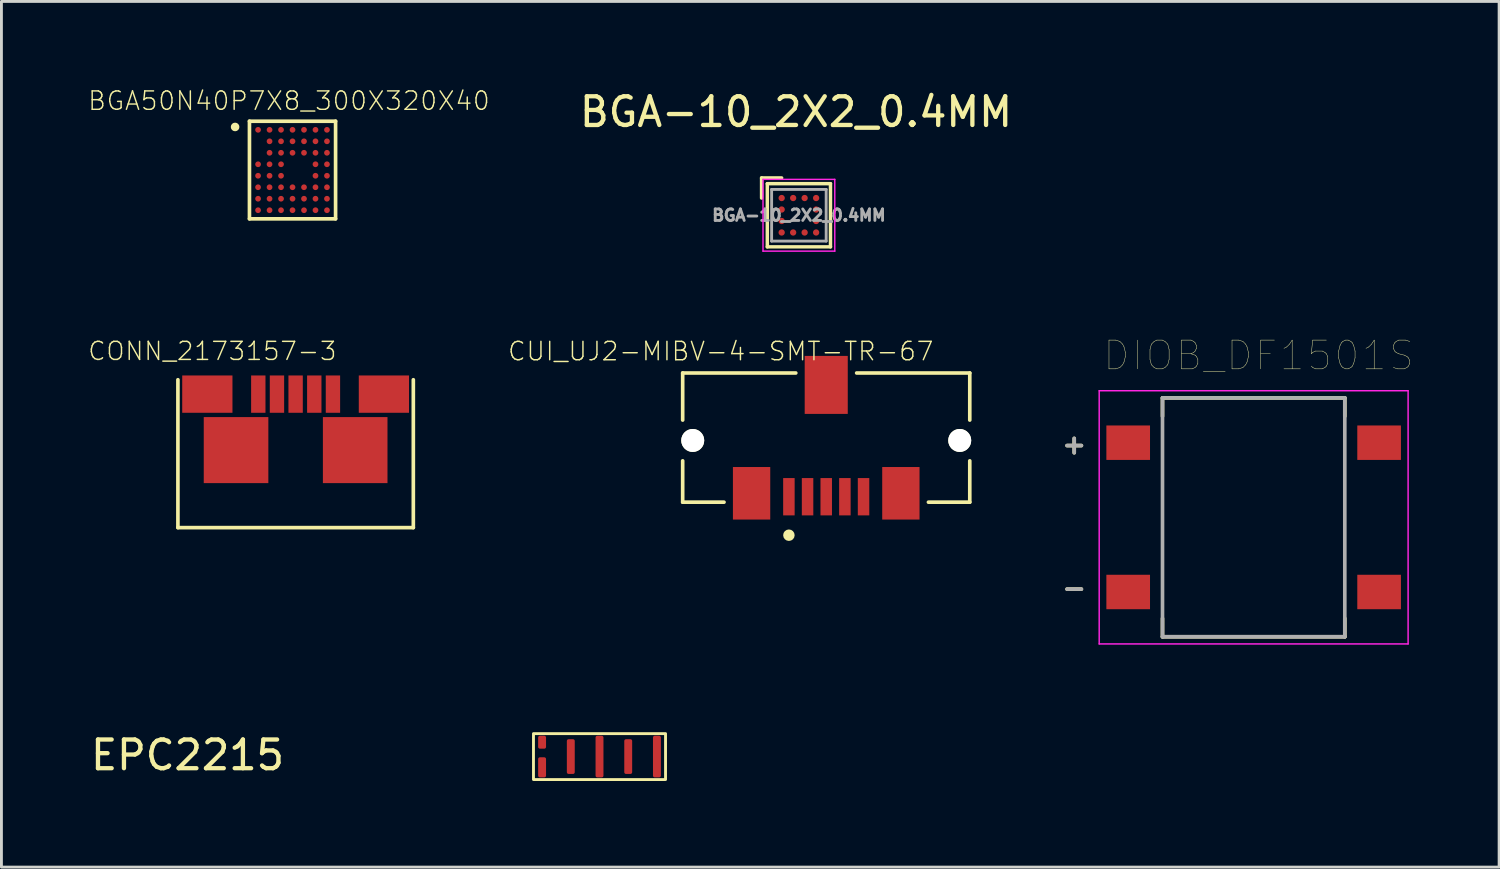
<source format=kicad_pcb>
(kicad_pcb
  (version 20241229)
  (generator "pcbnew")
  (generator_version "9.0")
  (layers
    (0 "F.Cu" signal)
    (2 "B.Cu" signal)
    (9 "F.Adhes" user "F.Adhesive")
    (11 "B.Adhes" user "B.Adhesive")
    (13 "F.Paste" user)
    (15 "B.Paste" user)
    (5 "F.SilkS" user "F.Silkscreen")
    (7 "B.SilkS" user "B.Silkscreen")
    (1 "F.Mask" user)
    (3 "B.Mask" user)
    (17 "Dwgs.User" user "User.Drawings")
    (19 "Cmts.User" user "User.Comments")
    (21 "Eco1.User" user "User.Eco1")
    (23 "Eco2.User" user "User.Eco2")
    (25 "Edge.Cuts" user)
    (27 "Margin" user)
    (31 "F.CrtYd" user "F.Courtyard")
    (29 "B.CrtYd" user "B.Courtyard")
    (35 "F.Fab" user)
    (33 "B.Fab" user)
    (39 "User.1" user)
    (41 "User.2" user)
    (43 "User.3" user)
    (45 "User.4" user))
  (footprint "BGA50N40P7X8_300X320X40"
    (layer "F.Cu")
    (at 7.139 2.872)
    (property "Reference" "BGA50N40P7X8_300X320X40" (at -0.125 -2.409 0) (layer "F.SilkS") (effects (font (size 0.641 0.641) (thickness 0.05))))
    (attr smd)
    (fp_line (start -1.5 -1.7) (end 1.5 -1.7) (stroke (width 0.127) (type solid)) (layer "F.SilkS"))
    (fp_line (start -1.5 1.7) (end -1.5 -1.7) (stroke (width 0.127) (type solid)) (layer "F.SilkS"))
    (fp_line (start 1.5 -1.7) (end 1.5 1.7) (stroke (width 0.127) (type solid)) (layer "F.SilkS"))
    (fp_line (start 1.5 1.7) (end -1.5 1.7) (stroke (width 0.127) (type solid)) (layer "F.SilkS"))
    (fp_circle (center -2 -1.5) (end -1.925 -1.5) (stroke (width 0.15) (type solid)) (fill no) (layer "F.SilkS"))
    (fp_line (start -1.75 -2) (end 1.75 -2) (stroke (width 0.05) (type solid)) (layer "Eco1.User"))
    (fp_line (start -1.75 2) (end -1.75 -2) (stroke (width 0.05) (type solid)) (layer "Eco1.User"))
    (fp_line (start 1.75 -2) (end 1.75 2) (stroke (width 0.05) (type solid)) (layer "Eco1.User"))
    (fp_line (start 1.75 2) (end -1.75 2) (stroke (width 0.05) (type solid)) (layer "Eco1.User"))
    (pad "A1" smd circle (at -1.2 -1.4) (size 0.2 0.2) (layers "F.Cu" "F.Mask" "F.Paste"))
    (pad "A2" smd circle (at -0.8 -1.4) (size 0.2 0.2) (layers "F.Cu" "F.Mask" "F.Paste"))
    (pad "A3" smd circle (at -0.4 -1.4) (size 0.2 0.2) (layers "F.Cu" "F.Mask" "F.Paste"))
    (pad "A4" smd circle (at 0 -1.4) (size 0.2 0.2) (layers "F.Cu" "F.Mask" "F.Paste"))
    (pad "A5" smd circle (at 0.4 -1.4) (size 0.2 0.2) (layers "F.Cu" "F.Mask" "F.Paste"))
    (pad "A6" smd circle (at 0.8 -1.4) (size 0.2 0.2) (layers "F.Cu" "F.Mask" "F.Paste"))
    (pad "A7" smd circle (at 1.2 -1.4) (size 0.2 0.2) (layers "F.Cu" "F.Mask" "F.Paste"))
    (pad "B2" smd circle (at -0.8 -1) (size 0.2 0.2) (layers "F.Cu" "F.Mask" "F.Paste"))
    (pad "B3" smd circle (at -0.4 -1) (size 0.2 0.2) (layers "F.Cu" "F.Mask" "F.Paste"))
    (pad "B4" smd circle (at 0 -1) (size 0.2 0.2) (layers "F.Cu" "F.Mask" "F.Paste"))
    (pad "B5" smd circle (at 0.4 -1) (size 0.2 0.2) (layers "F.Cu" "F.Mask" "F.Paste"))
    (pad "B6" smd circle (at 0.8 -1) (size 0.2 0.2) (layers "F.Cu" "F.Mask" "F.Paste"))
    (pad "B7" smd circle (at 1.2 -1) (size 0.2 0.2) (layers "F.Cu" "F.Mask" "F.Paste"))
    (pad "C2" smd circle (at -0.8 -0.6) (size 0.2 0.2) (layers "F.Cu" "F.Mask" "F.Paste"))
    (pad "C3" smd circle (at -0.4 -0.6) (size 0.2 0.2) (layers "F.Cu" "F.Mask" "F.Paste"))
    (pad "C4" smd circle (at 0 -0.6) (size 0.2 0.2) (layers "F.Cu" "F.Mask" "F.Paste"))
    (pad "C5" smd circle (at 0.4 -0.6) (size 0.2 0.2) (layers "F.Cu" "F.Mask" "F.Paste"))
    (pad "C6" smd circle (at 0.8 -0.6) (size 0.2 0.2) (layers "F.Cu" "F.Mask" "F.Paste"))
    (pad "C7" smd circle (at 1.2 -0.6) (size 0.2 0.2) (layers "F.Cu" "F.Mask" "F.Paste"))
    (pad "D1" smd circle (at -1.2 -0.2) (size 0.2 0.2) (layers "F.Cu" "F.Mask" "F.Paste"))
    (pad "D2" smd circle (at -0.8 -0.2) (size 0.2 0.2) (layers "F.Cu" "F.Mask" "F.Paste"))
    (pad "D3" smd circle (at -0.4 -0.2) (size 0.2 0.2) (layers "F.Cu" "F.Mask" "F.Paste"))
    (pad "D6" smd circle (at 0.8 -0.2) (size 0.2 0.2) (layers "F.Cu" "F.Mask" "F.Paste"))
    (pad "D7" smd circle (at 1.2 -0.2) (size 0.2 0.2) (layers "F.Cu" "F.Mask" "F.Paste"))
    (pad "E1" smd circle (at -1.2 0.2) (size 0.2 0.2) (layers "F.Cu" "F.Mask" "F.Paste"))
    (pad "E2" smd circle (at -0.8 0.2) (size 0.2 0.2) (layers "F.Cu" "F.Mask" "F.Paste"))
    (pad "E3" smd circle (at -0.4 0.2) (size 0.2 0.2) (layers "F.Cu" "F.Mask" "F.Paste"))
    (pad "E6" smd circle (at 0.8 0.2) (size 0.2 0.2) (layers "F.Cu" "F.Mask" "F.Paste"))
    (pad "E7" smd circle (at 1.2 0.2) (size 0.2 0.2) (layers "F.Cu" "F.Mask" "F.Paste"))
    (pad "F1" smd circle (at -1.2 0.6) (size 0.2 0.2) (layers "F.Cu" "F.Mask" "F.Paste"))
    (pad "F2" smd circle (at -0.8 0.6) (size 0.2 0.2) (layers "F.Cu" "F.Mask" "F.Paste"))
    (pad "F3" smd circle (at -0.4 0.6) (size 0.2 0.2) (layers "F.Cu" "F.Mask" "F.Paste"))
    (pad "F4" smd circle (at 0 0.6) (size 0.2 0.2) (layers "F.Cu" "F.Mask" "F.Paste"))
    (pad "F5" smd circle (at 0.4 0.6) (size 0.2 0.2) (layers "F.Cu" "F.Mask" "F.Paste"))
    (pad "F6" smd circle (at 0.8 0.6) (size 0.2 0.2) (layers "F.Cu" "F.Mask" "F.Paste"))
    (pad "F7" smd circle (at 1.2 0.6) (size 0.2 0.2) (layers "F.Cu" "F.Mask" "F.Paste"))
    (pad "G1" smd circle (at -1.2 1) (size 0.2 0.2) (layers "F.Cu" "F.Mask" "F.Paste"))
    (pad "G2" smd circle (at -0.8 1) (size 0.2 0.2) (layers "F.Cu" "F.Mask" "F.Paste"))
    (pad "G3" smd circle (at -0.4 1) (size 0.2 0.2) (layers "F.Cu" "F.Mask" "F.Paste"))
    (pad "G4" smd circle (at 0 1) (size 0.2 0.2) (layers "F.Cu" "F.Mask" "F.Paste"))
    (pad "G5" smd circle (at 0.4 1) (size 0.2 0.2) (layers "F.Cu" "F.Mask" "F.Paste"))
    (pad "G6" smd circle (at 0.8 1) (size 0.2 0.2) (layers "F.Cu" "F.Mask" "F.Paste"))
    (pad "G7" smd circle (at 1.2 1) (size 0.2 0.2) (layers "F.Cu" "F.Mask" "F.Paste"))
    (pad "H1" smd circle (at -1.2 1.4) (size 0.2 0.2) (layers "F.Cu" "F.Mask" "F.Paste"))
    (pad "H2" smd circle (at -0.8 1.4) (size 0.2 0.2) (layers "F.Cu" "F.Mask" "F.Paste"))
    (pad "H3" smd circle (at -0.4 1.4) (size 0.2 0.2) (layers "F.Cu" "F.Mask" "F.Paste"))
    (pad "H4" smd circle (at 0 1.4) (size 0.2 0.2) (layers "F.Cu" "F.Mask" "F.Paste"))
    (pad "H5" smd circle (at 0.4 1.4) (size 0.2 0.2) (layers "F.Cu" "F.Mask" "F.Paste"))
    (pad "H6" smd circle (at 0.8 1.4) (size 0.2 0.2) (layers "F.Cu" "F.Mask" "F.Paste"))
    (pad "H7" smd circle (at 1.2 1.4) (size 0.2 0.2) (layers "F.Cu" "F.Mask" "F.Paste")))
  (footprint "EPC2215"
    (layer "F.Cu")
    (at 15.532 23.303)
    (property "Reference" "EPC2215" (at -12.05 -0.05 0) (unlocked yes) (layer "F.SilkS") (effects (font (size 1 1) (thickness 0.15))))
    (attr smd)
    (fp_rect (start 0 0.8) (end 4.6 -0.8) (stroke (width 0.1) (type solid)) (fill no) (layer "F.SilkS"))
    (pad "1" smd roundrect (at 0.3 -0.5) (size 0.275 0.45) (layers "F.Cu" "F.Mask" "F.Paste") (roundrect_rratio 0.218))
    (pad "2" smd roundrect (at 0.3 0.375) (size 0.275 0.7) (layers "F.Cu" "F.Mask" "F.Paste") (roundrect_rratio 0.218))
    (pad "3" smd roundrect (at 1.3 0) (size 0.275 1.21) (layers "F.Cu" "F.Mask" "F.Paste") (roundrect_rratio 0.218))
    (pad "4" smd roundrect (at 2.3 0) (size 0.275 1.45) (layers "F.Cu" "F.Mask" "F.Paste") (roundrect_rratio 0.218))
    (pad "5" smd roundrect (at 3.3 0) (size 0.275 1.21) (layers "F.Cu" "F.Mask" "F.Paste") (roundrect_rratio 0.218))
    (pad "6" smd roundrect (at 4.3 0) (size 0.275 1.45) (layers "F.Cu" "F.Mask" "F.Paste") (roundrect_rratio 0.218)))
  (footprint "BGA-10_2X2_0.4MM"
    (layer "F.Cu")
    (at 24.777 4.448)
    (property "Reference" "BGA-10_2X2_0.4MM" (at -0.1 -3.6 0) (layer "F.SilkS") (effects (font (size 1 1) (thickness 0.15))))
    (attr smd)
    (fp_line (start -1.3 -1.3) (end -1.3 -0.6) (stroke (width 0.12) (type solid)) (layer "F.SilkS"))
    (fp_line (start -1.1 -1.1) (end 1.1 -1.1) (stroke (width 0.12) (type solid)) (layer "F.SilkS"))
    (fp_line (start -1.1 1.1) (end -1.1 -1.1) (stroke (width 0.12) (type solid)) (layer "F.SilkS"))
    (fp_line (start -0.6 -1.3) (end -1.3 -1.3) (stroke (width 0.12) (type solid)) (layer "F.SilkS"))
    (fp_line (start 1.1 -1.1) (end 1.1 1.1) (stroke (width 0.12) (type solid)) (layer "F.SilkS"))
    (fp_line (start 1.1 1.1) (end -1.1 1.1) (stroke (width 0.12) (type solid)) (layer "F.SilkS"))
    (fp_line (start -1.25 -1.25) (end -1.25 1.25) (stroke (width 0.05) (type solid)) (layer "F.CrtYd"))
    (fp_line (start -1.25 -1.25) (end 1.25 -1.25) (stroke (width 0.05) (type solid)) (layer "F.CrtYd"))
    (fp_line (start 1.25 1.25) (end -1.25 1.25) (stroke (width 0.05) (type solid)) (layer "F.CrtYd"))
    (fp_line (start 1.25 1.25) (end 1.25 -1.25) (stroke (width 0.05) (type solid)) (layer "F.CrtYd"))
    (fp_line (start -0.95 -0.9) (end 0.95 -0.9) (stroke (width 0.1) (type solid)) (layer "F.Fab"))
    (fp_line (start -0.95 0.9) (end -0.95 -0.9) (stroke (width 0.1) (type solid)) (layer "F.Fab"))
    (fp_line (start 0.95 -0.9) (end 0.95 0.9) (stroke (width 0.1) (type solid)) (layer "F.Fab"))
    (fp_line (start 0.95 0.9) (end -0.95 0.9) (stroke (width 0.1) (type solid)) (layer "F.Fab"))
    (fp_text user "${REFERENCE}" (at 0 0 0) (layer "F.Fab") (effects (font (size 0.4 0.4) (thickness 0.1))))
    (pad "A1" smd circle (at -0.6 -0.6) (size 0.22 0.22) (layers "F.Cu" "F.Mask" "F.Paste"))
    (pad "A2" smd circle (at -0.2 -0.6) (size 0.22 0.22) (layers "F.Cu" "F.Mask" "F.Paste"))
    (pad "A3" smd circle (at 0.2 -0.6) (size 0.22 0.22) (layers "F.Cu" "F.Mask" "F.Paste"))
    (pad "A4" smd circle (at 0.6 -0.6) (size 0.22 0.22) (layers "F.Cu" "F.Mask" "F.Paste"))
    (pad "B1" smd circle (at -0.6 -0.2) (size 0.22 0.22) (layers "F.Cu" "F.Mask" "F.Paste"))
    (pad "B4" smd circle (at 0.6 -0.2) (size 0.22 0.22) (layers "F.Cu" "F.Mask" "F.Paste"))
    (pad "C1" smd circle (at -0.6 0.2) (size 0.22 0.22) (layers "F.Cu" "F.Mask" "F.Paste"))
    (pad "C4" smd circle (at 0.6 0.2) (size 0.22 0.22) (layers "F.Cu" "F.Mask" "F.Paste"))
    (pad "D1" smd circle (at -0.6 0.6) (size 0.22 0.22) (layers "F.Cu" "F.Mask" "F.Paste"))
    (pad "D2" smd circle (at -0.2 0.6) (size 0.22 0.22) (layers "F.Cu" "F.Mask" "F.Paste"))
    (pad "D3" smd circle (at 0.2 0.6) (size 0.22 0.22) (layers "F.Cu" "F.Mask" "F.Paste"))
    (pad "D4" smd circle (at 0.6 0.6) (size 0.22 0.22) (layers "F.Cu" "F.Mask" "F.Paste")))
  (footprint "CUI_UJ2-MIBV-4-SMT-TR-67"
    (layer "F.Cu")
    (at 25.729 12.292)
    (property "Reference" "CUI_UJ2-MIBV-4-SMT-TR-67" (at -3.674 -3.106 0) (layer "F.SilkS") (effects (font (size 0.64 0.64) (thickness 0.05))))
    (attr smd)
    (fp_line (start -5 -2.35) (end -5 -0.71) (stroke (width 0.127) (type solid)) (layer "F.SilkS"))
    (fp_line (start -5 0.71) (end -5 2.15) (stroke (width 0.127) (type solid)) (layer "F.SilkS"))
    (fp_line (start -5 2.15) (end -3.56 2.15) (stroke (width 0.127) (type solid)) (layer "F.SilkS"))
    (fp_line (start -1.06 -2.35) (end -5 -2.35) (stroke (width 0.127) (type solid)) (layer "F.SilkS"))
    (fp_line (start 1.06 -2.35) (end 5 -2.35) (stroke (width 0.127) (type solid)) (layer "F.SilkS"))
    (fp_line (start 5 -2.35) (end 5 -0.71) (stroke (width 0.127) (type solid)) (layer "F.SilkS"))
    (fp_line (start 5 0.71) (end 5 2.15) (stroke (width 0.127) (type solid)) (layer "F.SilkS"))
    (fp_line (start 5 2.15) (end 3.56 2.15) (stroke (width 0.127) (type solid)) (layer "F.SilkS"))
    (fp_circle (center -1.3 3.3) (end -1.2 3.3) (stroke (width 0.2) (type solid)) (fill no) (layer "F.SilkS"))
    (fp_line (start -5.3 -2.6) (end -1 -2.6) (stroke (width 0.05) (type solid)) (layer "Eco1.User"))
    (fp_line (start -5.3 3) (end -5.3 -2.6) (stroke (width 0.05) (type solid)) (layer "Eco1.User"))
    (fp_line (start -1 -3.2) (end 1 -3.2) (stroke (width 0.05) (type solid)) (layer "Eco1.User"))
    (fp_line (start -1 -2.6) (end -1 -3.2) (stroke (width 0.05) (type solid)) (layer "Eco1.User"))
    (fp_line (start 1 -3.2) (end 1 -2.6) (stroke (width 0.05) (type solid)) (layer "Eco1.User"))
    (fp_line (start 1 -2.6) (end 5.3 -2.6) (stroke (width 0.05) (type solid)) (layer "Eco1.User"))
    (fp_line (start 5.3 -2.6) (end 5.3 3) (stroke (width 0.05) (type solid)) (layer "Eco1.User"))
    (fp_line (start 5.3 3) (end -5.3 3) (stroke (width 0.05) (type solid)) (layer "Eco1.User"))
    (fp_line (start -5 -2.35) (end 5 -2.35) (stroke (width 0.127) (type solid)) (layer "Eco2.User"))
    (fp_line (start -5 2.15) (end -5 -2.35) (stroke (width 0.127) (type solid)) (layer "Eco2.User"))
    (fp_line (start 5 -2.35) (end 5 2.15) (stroke (width 0.127) (type solid)) (layer "Eco2.User"))
    (fp_line (start 5 2.15) (end -5 2.15) (stroke (width 0.127) (type solid)) (layer "Eco2.User"))
    (fp_circle (center -1.3 3.3) (end -1.2 3.3) (stroke (width 0.2) (type solid)) (fill no) (layer "Eco2.User"))
    (pad "" np_thru_hole circle (at -4.65 0) (size 0.8 0.8) (drill 0.8) (layers "*.Cu" "*.Mask" "F.SilkS"))
    (pad "" np_thru_hole circle (at 4.65 0) (size 0.8 0.8) (drill 0.8) (layers "*.Cu" "*.Mask" "F.SilkS"))
    (pad "1" smd rect (at -1.3 1.96 90) (size 1.3 0.4) (layers "F.Cu" "F.Mask" "F.Paste"))
    (pad "2" smd rect (at -0.65 1.96 90) (size 1.3 0.4) (layers "F.Cu" "F.Mask" "F.Paste"))
    (pad "3" smd rect (at 0 1.96 90) (size 1.3 0.4) (layers "F.Cu" "F.Mask" "F.Paste"))
    (pad "4" smd rect (at 0.65 1.96 90) (size 1.3 0.4) (layers "F.Cu" "F.Mask" "F.Paste"))
    (pad "5" smd rect (at 1.3 1.96 90) (size 1.3 0.4) (layers "F.Cu" "F.Mask" "F.Paste"))
    (pad "S1" smd rect (at -2.6 1.84 90) (size 1.83 1.3) (layers "F.Cu" "F.Mask" "F.Paste"))
    (pad "S2" smd rect (at 0 -1.935 90) (size 2.02 1.5) (layers "F.Cu" "F.Mask" "F.Paste"))
    (pad "S3" smd rect (at 2.6 1.84 90) (size 1.83 1.3) (layers "F.Cu" "F.Mask" "F.Paste")))
  (footprint "DIOB_DF1501S"
    (layer "F.Cu")
    (at 40.617 14.97)
    (property "Reference" "DIOB_DF1501S" (at 0.175 -5.635 0) (layer "F.SilkS") (effects (font (size 1 1) (thickness 0.015))))
    (attr through_hole)
    (fp_line (start -6.5 -2.5) (end -6 -2.5) (stroke (width 0.127) (type solid)) (layer "F.SilkS"))
    (fp_line (start -6.5 2.5) (end -6 2.5) (stroke (width 0.127) (type solid)) (layer "F.SilkS"))
    (fp_line (start -6.25 -2.75) (end -6.25 -2.25) (stroke (width 0.127) (type solid)) (layer "F.SilkS"))
    (fp_line (start -3.175 -4.16) (end -3.175 -3.52) (stroke (width 0.127) (type solid)) (layer "F.SilkS"))
    (fp_line (start -3.175 3.52) (end -3.175 4.16) (stroke (width 0.127) (type solid)) (layer "F.SilkS"))
    (fp_line (start -3.175 4.16) (end 3.175 4.16) (stroke (width 0.127) (type solid)) (layer "F.SilkS"))
    (fp_line (start 3.175 -4.16) (end -3.175 -4.16) (stroke (width 0.127) (type solid)) (layer "F.SilkS"))
    (fp_line (start 3.175 -3.52) (end 3.175 -4.16) (stroke (width 0.127) (type solid)) (layer "F.SilkS"))
    (fp_line (start 3.175 4.16) (end 3.175 3.52) (stroke (width 0.127) (type solid)) (layer "F.SilkS"))
    (fp_line (start -5.38 4.41) (end -5.38 -4.41) (stroke (width 0.05) (type solid)) (layer "F.CrtYd"))
    (fp_line (start 5.38 -4.41) (end -5.38 -4.41) (stroke (width 0.05) (type solid)) (layer "F.CrtYd"))
    (fp_line (start 5.38 4.41) (end -5.38 4.41) (stroke (width 0.05) (type solid)) (layer "F.CrtYd"))
    (fp_line (start 5.38 4.41) (end 5.38 -4.41) (stroke (width 0.05) (type solid)) (layer "F.CrtYd"))
    (fp_line (start -6.5 -2.5) (end -6 -2.5) (stroke (width 0.127) (type solid)) (layer "F.Fab"))
    (fp_line (start -6.5 2.5) (end -6 2.5) (stroke (width 0.127) (type solid)) (layer "F.Fab"))
    (fp_line (start -6.25 -2.75) (end -6.25 -2.25) (stroke (width 0.127) (type solid)) (layer "F.Fab"))
    (fp_line (start -3.175 4.16) (end -3.175 -4.16) (stroke (width 0.127) (type solid)) (layer "F.Fab"))
    (fp_line (start 3.175 -4.16) (end -3.175 -4.16) (stroke (width 0.127) (type solid)) (layer "F.Fab"))
    (fp_line (start 3.175 4.16) (end -3.175 4.16) (stroke (width 0.127) (type solid)) (layer "F.Fab"))
    (fp_line (start 3.175 4.16) (end 3.175 -4.16) (stroke (width 0.127) (type solid)) (layer "F.Fab"))
    (pad "1" smd rect (at -4.37 -2.6) (size 1.52 1.2) (layers "F.Cu" "F.Mask" "F.Paste"))
    (pad "2" smd rect (at 4.37 -2.6) (size 1.52 1.2) (layers "F.Cu" "F.Mask" "F.Paste"))
    (pad "3" smd rect (at -4.37 2.6) (size 1.52 1.2) (layers "F.Cu" "F.Mask" "F.Paste"))
    (pad "4" smd rect (at 4.37 2.6) (size 1.52 1.2) (layers "F.Cu" "F.Mask" "F.Paste")))
  (footprint "CONN_2173157-3"
    (layer "F.Cu")
    (at 7.247 10.678)
    (property "Reference" "CONN_2173157-3" (at -2.9 -1.498 0) (layer "F.SilkS") (effects (font (size 0.63 0.63) (thickness 0.05))))
    (attr smd)
    (fp_line (start -4.1 -0.501) (end -4.1 4.65) (stroke (width 0.127) (type solid)) (layer "F.SilkS"))
    (fp_line (start -4.1 4.65) (end 4.1 4.65) (stroke (width 0.127) (type solid)) (layer "F.SilkS"))
    (fp_line (start 4.1 4.65) (end 4.1 -0.501) (stroke (width 0.127) (type solid)) (layer "F.SilkS"))
    (fp_line (start -4.35 -0.9) (end -4.35 4.9) (stroke (width 0.05) (type solid)) (layer "Eco1.User"))
    (fp_line (start -4.35 4.9) (end 4.35 4.9) (stroke (width 0.05) (type solid)) (layer "Eco1.User"))
    (fp_line (start 4.35 -0.9) (end -4.35 -0.9) (stroke (width 0.05) (type solid)) (layer "Eco1.User"))
    (fp_line (start 4.35 4.9) (end 4.35 -0.9) (stroke (width 0.05) (type solid)) (layer "Eco1.User"))
    (fp_line (start -4.1 -0.5) (end -4.1 4.65) (stroke (width 0.127) (type solid)) (layer "Eco2.User"))
    (fp_line (start -4.1 4.65) (end 4.1 4.65) (stroke (width 0.127) (type solid)) (layer "Eco2.User"))
    (fp_line (start 4.1 -0.5) (end -4.1 -0.5) (stroke (width 0.127) (type solid)) (layer "Eco2.User"))
    (fp_line (start 4.1 4.65) (end 4.1 -0.5) (stroke (width 0.127) (type solid)) (layer "Eco2.User"))
    (pad "1" smd rect (at -1.3 0 90) (size 1.3 0.5) (layers "F.Cu" "F.Mask" "F.Paste"))
    (pad "2" smd rect (at -0.65 0 90) (size 1.3 0.5) (layers "F.Cu" "F.Mask" "F.Paste"))
    (pad "3" smd rect (at 0 0 90) (size 1.3 0.5) (layers "F.Cu" "F.Mask" "F.Paste"))
    (pad "4" smd rect (at 0.65 0 90) (size 1.3 0.5) (layers "F.Cu" "F.Mask" "F.Paste"))
    (pad "5" smd rect (at 1.3 0 90) (size 1.3 0.5) (layers "F.Cu" "F.Mask" "F.Paste"))
    (pad "6" smd rect (at -3.075 0) (size 1.75 1.3) (layers "F.Cu" "F.Mask" "F.Paste"))
    (pad "6" smd rect (at -2.075 1.95) (size 2.25 2.3) (layers "F.Cu" "F.Mask" "F.Paste"))
    (pad "6" smd rect (at 2.075 1.95) (size 2.25 2.3) (layers "F.Cu" "F.Mask" "F.Paste"))
    (pad "6" smd rect (at 3.075 0) (size 1.75 1.3) (layers "F.Cu" "F.Mask" "F.Paste")))
  (gr_rect
    (start -3 -3)
    (end 49.167 27.153)
    (stroke (width 0.1) (type default))
    (fill no)
    (layer "Edge.Cuts")))
</source>
